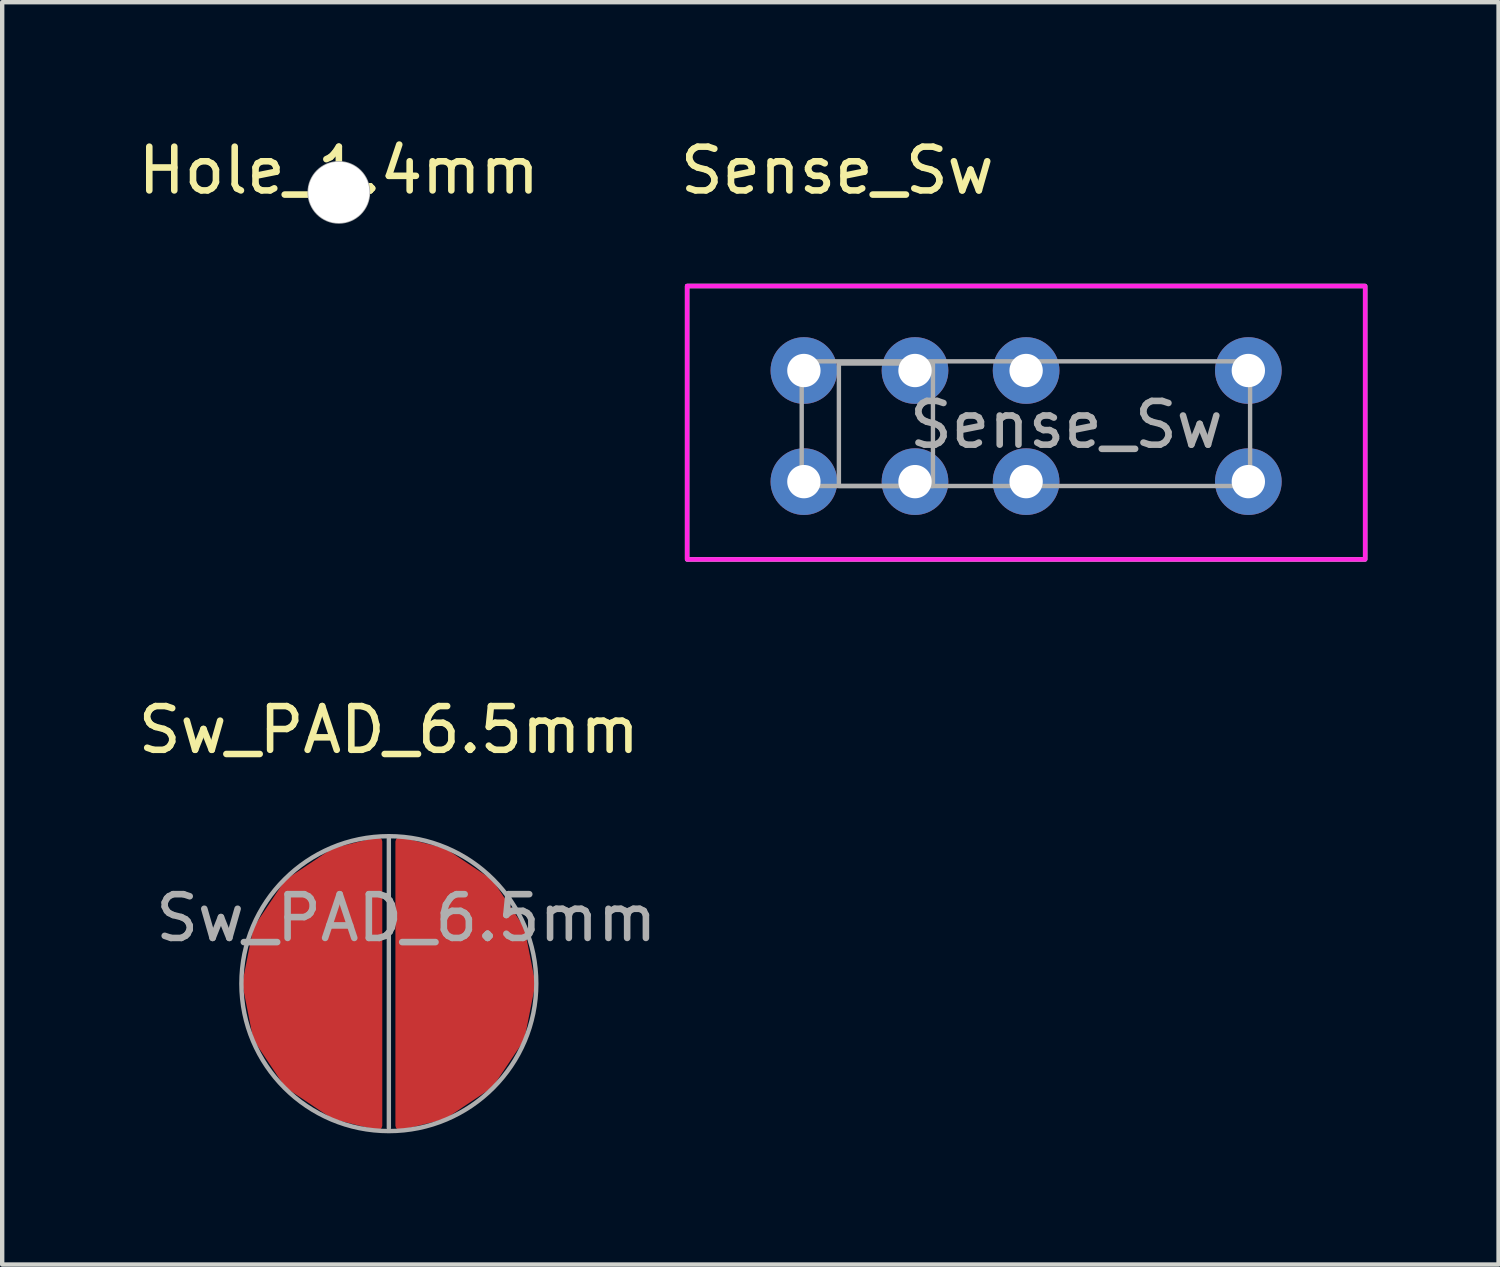
<source format=kicad_pcb>
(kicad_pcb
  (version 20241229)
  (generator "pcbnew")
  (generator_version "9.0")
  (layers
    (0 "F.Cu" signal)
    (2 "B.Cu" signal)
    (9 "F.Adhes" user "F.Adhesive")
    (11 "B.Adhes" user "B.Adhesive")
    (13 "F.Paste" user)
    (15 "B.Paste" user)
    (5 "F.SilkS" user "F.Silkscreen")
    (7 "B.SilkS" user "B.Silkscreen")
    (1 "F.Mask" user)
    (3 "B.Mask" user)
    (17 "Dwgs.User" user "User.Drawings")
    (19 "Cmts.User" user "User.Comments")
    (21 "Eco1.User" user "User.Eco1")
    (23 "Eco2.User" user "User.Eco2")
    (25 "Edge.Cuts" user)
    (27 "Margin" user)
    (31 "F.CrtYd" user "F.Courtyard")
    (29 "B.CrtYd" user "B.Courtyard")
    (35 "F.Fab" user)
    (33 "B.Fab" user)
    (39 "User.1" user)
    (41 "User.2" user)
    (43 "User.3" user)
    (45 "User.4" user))
  (footprint "Sense_Sw"
    (layer "F.Cu")
    (at 15.327 7.96)
    (property "Reference" "Sense_Sw" (at 0.762 -7.112 0) (unlocked yes) (layer "F.SilkS") (effects (font (size 1 1) (thickness 0.15))))
    (fp_rect (start -2.67 -4.472) (end 12.83 1.778) (stroke (width 0.1) (type solid)) (fill no) (layer "F.CrtYd"))
    (fp_rect (start -2.67 -4.472) (end 12.83 1.778) (stroke (width 0.1) (type solid)) (fill no) (layer "F.Fab"))
    (fp_rect (start -2.67 -4.472) (end 12.83 1.778) (stroke (width 0.1) (type solid)) (fill no) (layer "F.Fab"))
    (fp_rect (start -0.05 -2.75) (end 10.2 0.1) (stroke (width 0.1) (type solid)) (fill no) (layer "F.Fab"))
    (fp_rect (start 0.8 -2.7) (end 2.95 0.1) (stroke (width 0.1) (type solid)) (fill no) (layer "F.Fab"))
    (fp_text user "${REFERENCE}" (at 6 -1.3 0) (unlocked yes) (layer "F.Fab") (effects (font (size 1 1) (thickness 0.15))))
    (pad "1" thru_hole circle (at 0 0) (size 1.524 1.524) (drill 0.762) (layers "*.Cu" "*.Mask"))
    (pad "2" thru_hole circle (at 2.54 0) (size 1.524 1.524) (drill 0.762) (layers "*.Cu" "*.Mask"))
    (pad "3" thru_hole circle (at 5.08 0) (size 1.524 1.524) (drill 0.762) (layers "*.Cu" "*.Mask"))
    (pad "4" thru_hole circle (at 10.16 0) (size 1.524 1.524) (drill 0.762) (layers "*.Cu" "*.Mask"))
    (pad "5" thru_hole circle (at 0 -2.54) (size 1.524 1.524) (drill 0.762) (layers "*.Cu" "*.Mask"))
    (pad "6" thru_hole circle (at 2.54 -2.54) (size 1.524 1.524) (drill 0.762) (layers "*.Cu" "*.Mask"))
    (pad "7" thru_hole circle (at 5.08 -2.54) (size 1.524 1.524) (drill 0.762) (layers "*.Cu" "*.Mask"))
    (pad "8" thru_hole circle (at 10.16 -2.54) (size 1.524 1.524) (drill 0.762) (layers "*.Cu" "*.Mask")))
  (footprint "Hole_1.4mm"
    (layer "F.Cu")
    (at 4.696 1.348)
    (property "Reference" "Hole_1.4mm" (at 0 -0.5 0) (unlocked yes) (layer "F.SilkS") (effects (font (size 1 1) (thickness 0.15))))
    (fp_circle (center 0 0) (end 0.65 0.15) (stroke (width 0.1) (type solid)) (fill no) (layer "F.Fab"))
    (pad "" np_thru_hole circle (at 0 0) (size 1.4 1.4) (drill 1.4) (layers "*.Cu" "*.Mask")))
  (footprint "Sw_PAD_6.5mm"
    (layer "F.Cu")
    (at 5.839 19.436)
    (property "Reference" "Sw_PAD_6.5mm" (at 0 -5.8 0) (unlocked yes) (layer "F.SilkS") (effects (font (size 1 1) (thickness 0.15))))
    (fp_circle (center 0 0) (end 3.3 0) (stroke (width 0.12) (type solid)) (fill yes) (layer "F.Mask"))
    (fp_line (start 0 -3.371) (end 0 3.3) (stroke (width 0.1) (type solid)) (layer "F.Fab"))
    (fp_circle (center 0 0) (end 2.85 1.8) (stroke (width 0.1) (type solid)) (fill no) (layer "F.Fab"))
    (fp_text user "${REFERENCE}" (at 0.4 -1.5 0) (unlocked yes) (layer "F.Fab") (effects (font (size 1 1) (thickness 0.15))))
    (pad "1" smd custom (at -0.25 0) (size 0.2 0.2) (layers "F.Cu" "F.Mask") (options (anchor rect)) (primitives (gr_poly (pts (xy 0 3.25) (xy -0.994 3.003) (xy -2.048 2.298) (xy -2.753 1.244) (xy -3 0) (xy -2.753 -1.244) (xy -2.048 -2.298) (xy -0.994 -3.003) (xy 0 -3.25)) (width 0.2) (fill yes))))
    (pad "2" smd custom (at 0.25 0 180) (size 0.2 0.2) (layers "F.Cu" "F.Mask") (options (anchor rect)) (primitives (gr_poly (pts (xy 0 3.25) (xy -0.994 3.003) (xy -2.048 2.298) (xy -2.753 1.244) (xy -3 0) (xy -2.753 -1.244) (xy -2.048 -2.298) (xy -0.994 -3.003) (xy 0 -3.25)) (width 0.2) (fill yes)))))
  (gr_rect
    (start -3 -3)
    (end 31.207 25.857)
    (stroke (width 0.1) (type default))
    (fill no)
    (layer "Edge.Cuts")))
</source>
